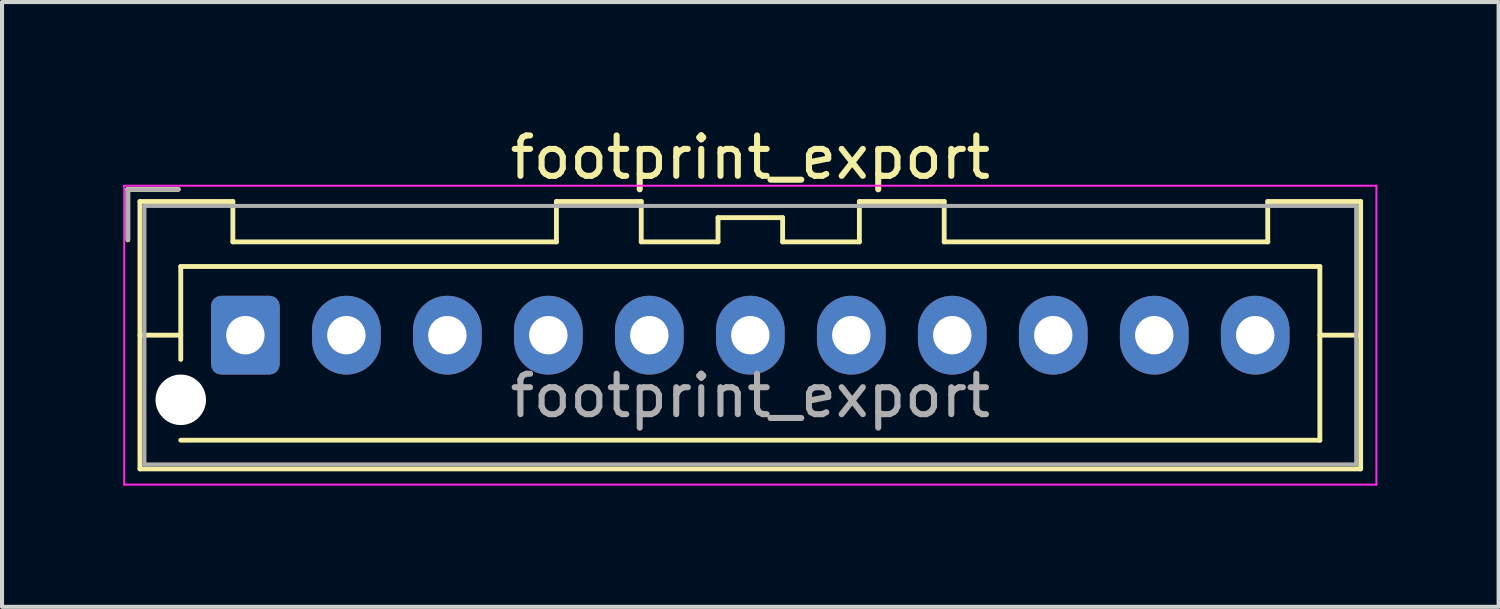
<source format=kicad_pcb>
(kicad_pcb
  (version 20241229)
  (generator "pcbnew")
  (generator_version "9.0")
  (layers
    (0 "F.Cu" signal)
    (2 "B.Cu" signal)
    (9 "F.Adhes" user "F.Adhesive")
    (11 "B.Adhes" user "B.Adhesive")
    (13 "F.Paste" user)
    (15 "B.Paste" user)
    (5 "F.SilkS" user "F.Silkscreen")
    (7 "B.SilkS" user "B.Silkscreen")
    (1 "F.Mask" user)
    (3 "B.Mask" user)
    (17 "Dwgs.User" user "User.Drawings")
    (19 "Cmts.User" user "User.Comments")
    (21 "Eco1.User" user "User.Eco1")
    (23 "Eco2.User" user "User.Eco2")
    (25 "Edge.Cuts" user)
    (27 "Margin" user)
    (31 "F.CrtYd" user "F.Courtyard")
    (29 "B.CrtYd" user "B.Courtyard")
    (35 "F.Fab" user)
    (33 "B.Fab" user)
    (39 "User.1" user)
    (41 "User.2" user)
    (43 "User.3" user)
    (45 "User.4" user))
  (footprint "footprint_export"
    (layer "F.Cu")
    (at 3.025 5.248)
    (property "Reference" "footprint_export" (at 12.5 -4.4 0) (layer "F.SilkS") (effects (font (size 1 1) (thickness 0.15))))
    (attr through_hole)
    (fp_line (start -2.91 -3.61) (end -2.91 -2.36) (stroke (width 0.12) (type solid)) (layer "F.SilkS"))
    (fp_line (start -2.61 -3.31) (end -2.61 3.31) (stroke (width 0.12) (type solid)) (layer "F.SilkS"))
    (fp_line (start -2.61 0) (end -1.6 0) (stroke (width 0.12) (type solid)) (layer "F.SilkS"))
    (fp_line (start -2.61 3.31) (end 27.61 3.31) (stroke (width 0.12) (type solid)) (layer "F.SilkS"))
    (fp_line (start -1.66 -3.61) (end -2.91 -3.61) (stroke (width 0.12) (type solid)) (layer "F.SilkS"))
    (fp_line (start -1.6 -1.7) (end 26.6 -1.7) (stroke (width 0.12) (type solid)) (layer "F.SilkS"))
    (fp_line (start -1.6 0.6) (end -1.6 -1.7) (stroke (width 0.12) (type solid)) (layer "F.SilkS"))
    (fp_line (start -0.31 -3.31) (end -2.61 -3.31) (stroke (width 0.12) (type solid)) (layer "F.SilkS"))
    (fp_line (start -0.31 -2.31) (end -0.31 -3.31) (stroke (width 0.12) (type solid)) (layer "F.SilkS"))
    (fp_line (start 7.7 -3.31) (end 7.7 -2.31) (stroke (width 0.12) (type solid)) (layer "F.SilkS"))
    (fp_line (start 7.7 -2.31) (end -0.31 -2.31) (stroke (width 0.12) (type solid)) (layer "F.SilkS"))
    (fp_line (start 9.8 -3.31) (end 7.7 -3.31) (stroke (width 0.12) (type solid)) (layer "F.SilkS"))
    (fp_line (start 9.8 -2.31) (end 9.8 -3.31) (stroke (width 0.12) (type solid)) (layer "F.SilkS"))
    (fp_line (start 11.7 -2.91) (end 11.7 -2.31) (stroke (width 0.12) (type solid)) (layer "F.SilkS"))
    (fp_line (start 11.7 -2.31) (end 9.8 -2.31) (stroke (width 0.12) (type solid)) (layer "F.SilkS"))
    (fp_line (start 13.3 -2.91) (end 11.7 -2.91) (stroke (width 0.12) (type solid)) (layer "F.SilkS"))
    (fp_line (start 13.3 -2.31) (end 13.3 -2.91) (stroke (width 0.12) (type solid)) (layer "F.SilkS"))
    (fp_line (start 15.2 -3.31) (end 15.2 -2.31) (stroke (width 0.12) (type solid)) (layer "F.SilkS"))
    (fp_line (start 15.2 -2.31) (end 13.3 -2.31) (stroke (width 0.12) (type solid)) (layer "F.SilkS"))
    (fp_line (start 17.3 -3.31) (end 15.2 -3.31) (stroke (width 0.12) (type solid)) (layer "F.SilkS"))
    (fp_line (start 17.3 -2.31) (end 17.3 -3.31) (stroke (width 0.12) (type solid)) (layer "F.SilkS"))
    (fp_line (start 25.31 -3.31) (end 25.31 -2.31) (stroke (width 0.12) (type solid)) (layer "F.SilkS"))
    (fp_line (start 25.31 -2.31) (end 17.3 -2.31) (stroke (width 0.12) (type solid)) (layer "F.SilkS"))
    (fp_line (start 26.6 -1.7) (end 26.6 2.6) (stroke (width 0.12) (type solid)) (layer "F.SilkS"))
    (fp_line (start 26.6 2.6) (end -1.6 2.6) (stroke (width 0.12) (type solid)) (layer "F.SilkS"))
    (fp_line (start 27.61 -3.31) (end 25.31 -3.31) (stroke (width 0.12) (type solid)) (layer "F.SilkS"))
    (fp_line (start 27.61 0) (end 26.6 0) (stroke (width 0.12) (type solid)) (layer "F.SilkS"))
    (fp_line (start 27.61 3.31) (end 27.61 -3.31) (stroke (width 0.12) (type solid)) (layer "F.SilkS"))
    (fp_line (start -3 -3.7) (end -3 3.7) (stroke (width 0.05) (type solid)) (layer "F.CrtYd"))
    (fp_line (start -3 3.7) (end 28 3.7) (stroke (width 0.05) (type solid)) (layer "F.CrtYd"))
    (fp_line (start 28 -3.7) (end -3 -3.7) (stroke (width 0.05) (type solid)) (layer "F.CrtYd"))
    (fp_line (start 28 3.7) (end 28 -3.7) (stroke (width 0.05) (type solid)) (layer "F.CrtYd"))
    (fp_line (start -2.91 -3.61) (end -2.91 -2.36) (stroke (width 0.1) (type solid)) (layer "F.Fab"))
    (fp_line (start -2.5 -3.2) (end -2.5 3.2) (stroke (width 0.1) (type solid)) (layer "F.Fab"))
    (fp_line (start -2.5 3.2) (end 27.5 3.2) (stroke (width 0.1) (type solid)) (layer "F.Fab"))
    (fp_line (start -1.66 -3.61) (end -2.91 -3.61) (stroke (width 0.1) (type solid)) (layer "F.Fab"))
    (fp_line (start 27.5 -3.2) (end -2.5 -3.2) (stroke (width 0.1) (type solid)) (layer "F.Fab"))
    (fp_line (start 27.5 3.2) (end 27.5 -3.2) (stroke (width 0.1) (type solid)) (layer "F.Fab"))
    (fp_text user "${REFERENCE}" (at 12.5 1.5 0) (layer "F.Fab") (effects (font (size 1 1) (thickness 0.15))))
    (pad "" np_thru_hole circle (at -1.6 1.6) (size 1.25 1.25) (drill 1.25) (layers "*.Cu" "*.Mask"))
    (pad "1" thru_hole roundrect (at 0 0) (size 1.7 1.95) (drill 0.95) (layers "*.Cu" "*.Mask") (roundrect_rratio 0.147))
    (pad "2" thru_hole oval (at 2.5 0) (size 1.7 1.95) (drill 0.95) (layers "*.Cu" "*.Mask"))
    (pad "3" thru_hole oval (at 5 0) (size 1.7 1.95) (drill 0.95) (layers "*.Cu" "*.Mask"))
    (pad "4" thru_hole oval (at 7.5 0) (size 1.7 1.95) (drill 0.95) (layers "*.Cu" "*.Mask"))
    (pad "5" thru_hole oval (at 10 0) (size 1.7 1.95) (drill 0.95) (layers "*.Cu" "*.Mask"))
    (pad "6" thru_hole oval (at 12.5 0) (size 1.7 1.95) (drill 0.95) (layers "*.Cu" "*.Mask"))
    (pad "7" thru_hole oval (at 15 0) (size 1.7 1.95) (drill 0.95) (layers "*.Cu" "*.Mask"))
    (pad "8" thru_hole oval (at 17.5 0) (size 1.7 1.95) (drill 0.95) (layers "*.Cu" "*.Mask"))
    (pad "9" thru_hole oval (at 20 0) (size 1.7 1.95) (drill 0.95) (layers "*.Cu" "*.Mask"))
    (pad "10" thru_hole oval (at 22.5 0) (size 1.7 1.95) (drill 0.95) (layers "*.Cu" "*.Mask"))
    (pad "11" thru_hole oval (at 25 0) (size 1.7 1.95) (drill 0.95) (layers "*.Cu" "*.Mask")))
  (gr_rect
    (start -3 -3)
    (end 34.05 11.973)
    (stroke (width 0.1) (type default))
    (fill no)
    (layer "Edge.Cuts")))
</source>
